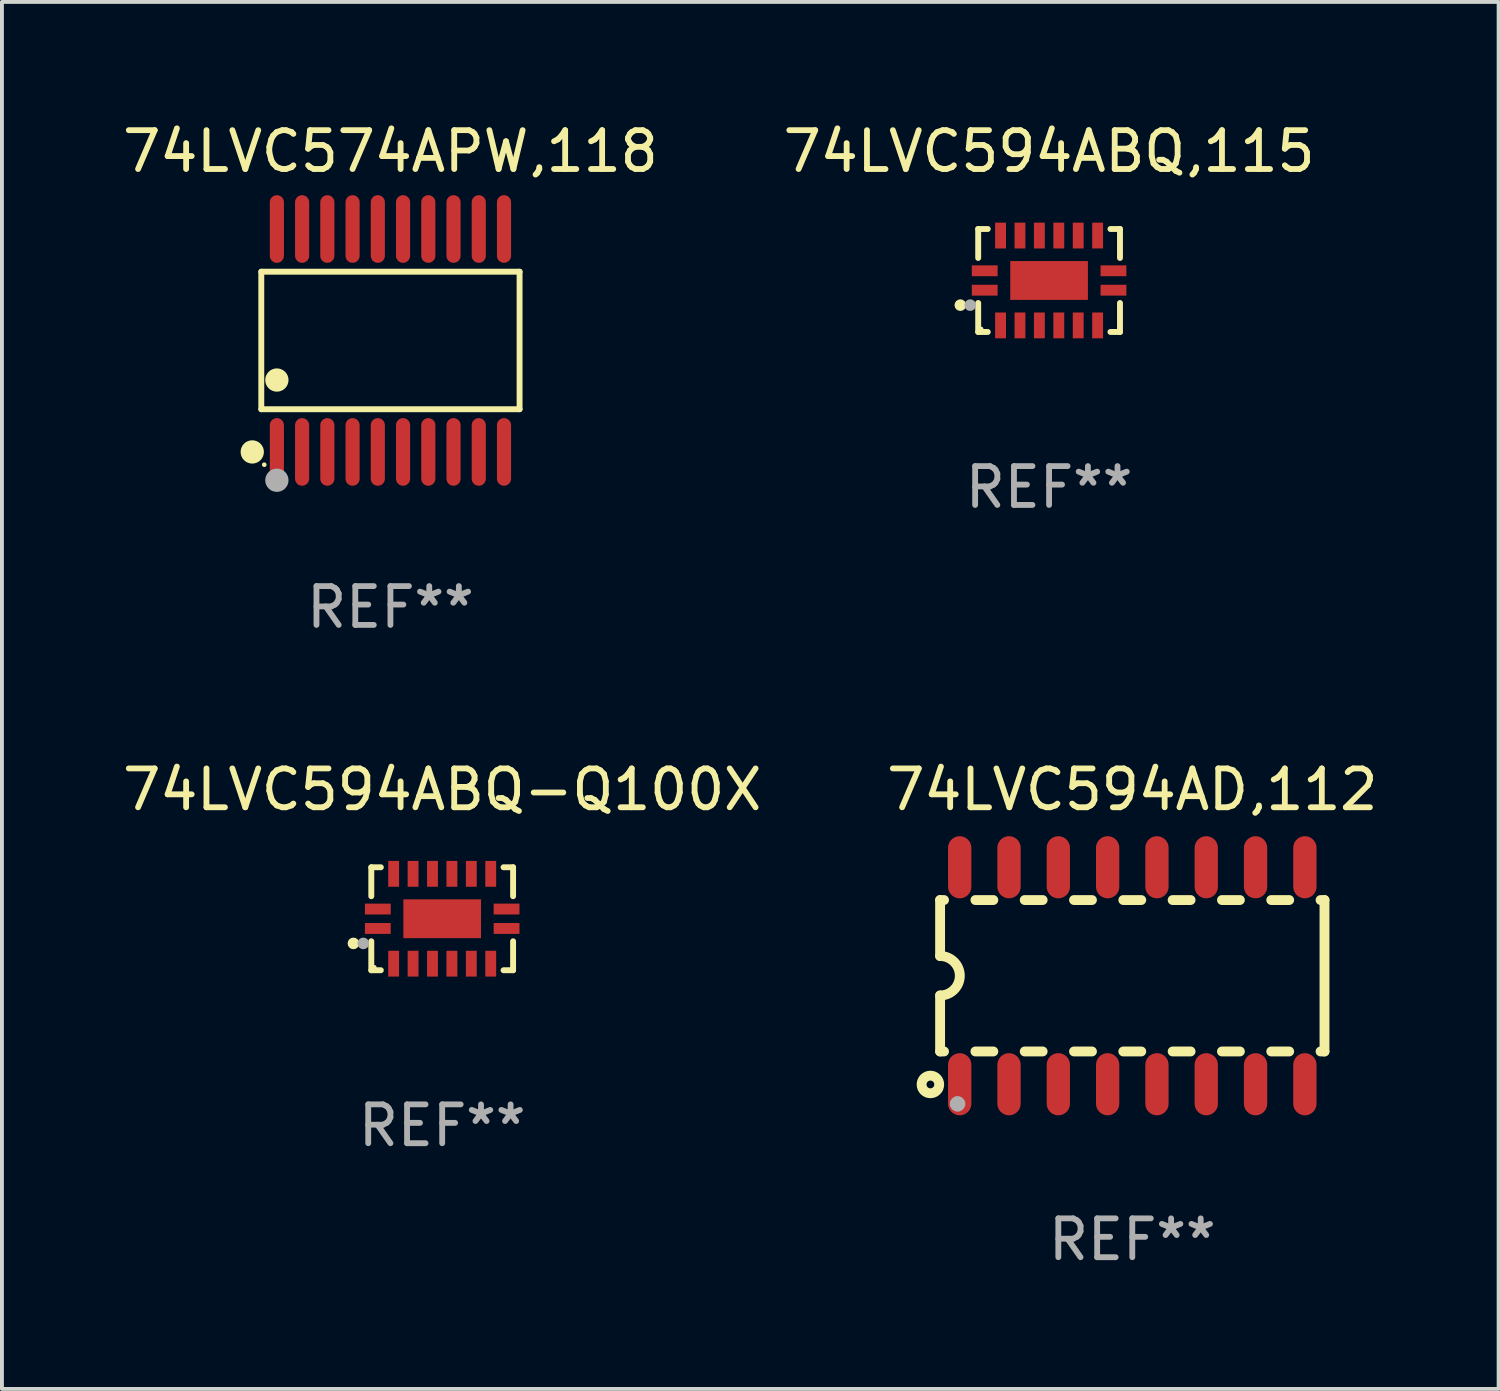
<source format=kicad_pcb>
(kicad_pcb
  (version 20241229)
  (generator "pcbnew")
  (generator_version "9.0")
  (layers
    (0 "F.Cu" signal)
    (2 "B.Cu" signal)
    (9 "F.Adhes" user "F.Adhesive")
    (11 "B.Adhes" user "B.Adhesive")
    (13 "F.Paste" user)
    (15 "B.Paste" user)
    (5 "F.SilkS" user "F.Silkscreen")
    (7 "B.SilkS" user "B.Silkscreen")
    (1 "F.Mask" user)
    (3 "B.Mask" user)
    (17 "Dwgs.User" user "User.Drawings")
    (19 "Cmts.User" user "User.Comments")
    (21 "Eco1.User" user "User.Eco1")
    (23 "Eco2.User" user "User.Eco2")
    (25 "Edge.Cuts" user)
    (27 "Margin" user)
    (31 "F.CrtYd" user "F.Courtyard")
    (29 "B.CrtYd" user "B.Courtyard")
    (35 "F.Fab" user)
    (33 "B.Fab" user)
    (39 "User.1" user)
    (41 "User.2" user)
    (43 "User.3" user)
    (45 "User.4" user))
  (footprint "74LVC594ABQ-Q100X"
    (layer "F.Cu")
    (at 8.339 20.613)
    (property "Reference" "74LVC594ABQ-Q100X" (at 0 -3.326 0) (layer "F.SilkS") (effects (font (size 1 1) (thickness 0.15))))
    (attr through_hole)
    (fp_line (start -1.826 -1.326) (end -1.58 -1.326) (stroke (width 0.152) (type solid)) (layer "F.SilkS"))
    (fp_line (start -1.826 -0.58) (end -1.826 -1.326) (stroke (width 0.152) (type solid)) (layer "F.SilkS"))
    (fp_line (start -1.826 0.58) (end -1.826 1.326) (stroke (width 0.152) (type solid)) (layer "F.SilkS"))
    (fp_line (start -1.826 1.326) (end -1.58 1.326) (stroke (width 0.152) (type solid)) (layer "F.SilkS"))
    (fp_line (start 1.826 -1.326) (end 1.58 -1.326) (stroke (width 0.152) (type solid)) (layer "F.SilkS"))
    (fp_line (start 1.826 -0.58) (end 1.826 -1.326) (stroke (width 0.152) (type solid)) (layer "F.SilkS"))
    (fp_line (start 1.826 0.58) (end 1.826 1.326) (stroke (width 0.152) (type solid)) (layer "F.SilkS"))
    (fp_line (start 1.826 1.326) (end 1.58 1.326) (stroke (width 0.152) (type solid)) (layer "F.SilkS"))
    (fp_circle (center -2.286 0.635) (end -2.211 0.635) (stroke (width 0.15) (type solid)) (fill no) (layer "F.SilkS"))
    (fp_circle (center -1.75 1.25) (end -1.72 1.25) (stroke (width 0.06) (type solid)) (fill no) (layer "F.SilkS"))
    (fp_circle (center -2.032 0.635) (end -1.957 0.635) (stroke (width 0.15) (type solid)) (fill no) (layer "F.Fab"))
    (fp_text user "REF**" (at 0 5.326 0) (layer "F.Fab") (effects (font (size 1 1) (thickness 0.15))))
    (pad "1" smd rect (at -1.658 0.25) (size 0.665 0.28) (layers "F.Cu" "F.Mask" "F.Paste"))
    (pad "2" smd rect (at -1.25 1.157) (size 0.28 0.665) (layers "F.Cu" "F.Mask" "F.Paste"))
    (pad "3" smd rect (at -0.75 1.157) (size 0.28 0.665) (layers "F.Cu" "F.Mask" "F.Paste"))
    (pad "4" smd rect (at -0.25 1.157) (size 0.28 0.665) (layers "F.Cu" "F.Mask" "F.Paste"))
    (pad "5" smd rect (at 0.25 1.157) (size 0.28 0.665) (layers "F.Cu" "F.Mask" "F.Paste"))
    (pad "6" smd rect (at 0.75 1.157) (size 0.28 0.665) (layers "F.Cu" "F.Mask" "F.Paste"))
    (pad "7" smd rect (at 1.25 1.157) (size 0.28 0.665) (layers "F.Cu" "F.Mask" "F.Paste"))
    (pad "8" smd rect (at 1.658 0.25) (size 0.665 0.28) (layers "F.Cu" "F.Mask" "F.Paste"))
    (pad "9" smd rect (at 1.658 -0.25) (size 0.665 0.28) (layers "F.Cu" "F.Mask" "F.Paste"))
    (pad "10" smd rect (at 1.25 -1.157) (size 0.28 0.665) (layers "F.Cu" "F.Mask" "F.Paste"))
    (pad "11" smd rect (at 0.75 -1.157) (size 0.28 0.665) (layers "F.Cu" "F.Mask" "F.Paste"))
    (pad "12" smd rect (at 0.25 -1.157) (size 0.28 0.665) (layers "F.Cu" "F.Mask" "F.Paste"))
    (pad "13" smd rect (at -0.25 -1.157) (size 0.28 0.665) (layers "F.Cu" "F.Mask" "F.Paste"))
    (pad "14" smd rect (at -0.75 -1.157) (size 0.28 0.665) (layers "F.Cu" "F.Mask" "F.Paste"))
    (pad "15" smd rect (at -1.25 -1.157) (size 0.28 0.665) (layers "F.Cu" "F.Mask" "F.Paste"))
    (pad "16" smd rect (at -1.658 -0.25) (size 0.665 0.28) (layers "F.Cu" "F.Mask" "F.Paste"))
    (pad "17" smd rect (at 0 0) (size 2 1) (layers "F.Cu" "F.Mask" "F.Paste")))
  (footprint "74LVC594AD,112"
    (layer "F.Cu")
    (at 26.113 22.081)
    (property "Reference" "74LVC594AD,112" (at 0 -4.794 0) (layer "F.SilkS") (effects (font (size 1 1) (thickness 0.15))))
    (attr through_hole)
    (fp_line (start -4.95 -1.95) (end -4.95 -0.508) (stroke (width 0.254) (type solid)) (layer "F.SilkS"))
    (fp_line (start -4.95 -1.95) (end -4.849 -1.95) (stroke (width 0.254) (type solid)) (layer "F.SilkS"))
    (fp_line (start -4.95 1.95) (end -4.95 0.508) (stroke (width 0.254) (type solid)) (layer "F.SilkS"))
    (fp_line (start -4.95 1.95) (end -4.849 1.95) (stroke (width 0.254) (type solid)) (layer "F.SilkS"))
    (fp_line (start -4.041 -1.95) (end -3.579 -1.95) (stroke (width 0.254) (type solid)) (layer "F.SilkS"))
    (fp_line (start -4.041 1.95) (end -3.579 1.95) (stroke (width 0.254) (type solid)) (layer "F.SilkS"))
    (fp_line (start -2.771 -1.95) (end -2.309 -1.95) (stroke (width 0.254) (type solid)) (layer "F.SilkS"))
    (fp_line (start -2.771 1.95) (end -2.309 1.95) (stroke (width 0.254) (type solid)) (layer "F.SilkS"))
    (fp_line (start -1.501 -1.95) (end -1.039 -1.95) (stroke (width 0.254) (type solid)) (layer "F.SilkS"))
    (fp_line (start -1.501 1.95) (end -1.039 1.95) (stroke (width 0.254) (type solid)) (layer "F.SilkS"))
    (fp_line (start -0.231 -1.95) (end 0.231 -1.95) (stroke (width 0.254) (type solid)) (layer "F.SilkS"))
    (fp_line (start -0.231 1.95) (end 0.231 1.95) (stroke (width 0.254) (type solid)) (layer "F.SilkS"))
    (fp_line (start 1.039 -1.95) (end 1.501 -1.95) (stroke (width 0.254) (type solid)) (layer "F.SilkS"))
    (fp_line (start 1.039 1.95) (end 1.501 1.95) (stroke (width 0.254) (type solid)) (layer "F.SilkS"))
    (fp_line (start 2.309 -1.95) (end 2.771 -1.95) (stroke (width 0.254) (type solid)) (layer "F.SilkS"))
    (fp_line (start 2.309 1.95) (end 2.771 1.95) (stroke (width 0.254) (type solid)) (layer "F.SilkS"))
    (fp_line (start 3.579 -1.95) (end 4.041 -1.95) (stroke (width 0.254) (type solid)) (layer "F.SilkS"))
    (fp_line (start 3.579 1.95) (end 4.041 1.95) (stroke (width 0.254) (type solid)) (layer "F.SilkS"))
    (fp_line (start 4.849 -1.95) (end 4.95 -1.95) (stroke (width 0.254) (type solid)) (layer "F.SilkS"))
    (fp_line (start 4.849 1.95) (end 4.95 1.95) (stroke (width 0.254) (type solid)) (layer "F.SilkS"))
    (fp_line (start 4.95 -1.95) (end 4.95 1.95) (stroke (width 0.254) (type solid)) (layer "F.SilkS"))
    (fp_arc (start -4.95047 -0.508001) (mid -4.442469 -0.000228) (end -4.950013 0.508001) (stroke (width 0.254001) (type solid)) (layer "F.SilkS"))
    (fp_circle (center -5.2 2.8) (end -5.1 2.8) (stroke (width 0.254) (type solid)) (fill no) (layer "F.SilkS"))
    (fp_circle (center -4.95 2.947) (end -4.92 2.947) (stroke (width 0.06) (type solid)) (fill no) (layer "F.SilkS"))
    (fp_circle (center -4.5 3.3) (end -4.4 3.3) (stroke (width 0.2) (type solid)) (fill no) (layer "F.Fab"))
    (fp_text user "REF**" (at 0 6.794 0) (layer "F.Fab") (effects (font (size 1 1) (thickness 0.15))))
    (pad "1" smd oval (at -4.445 2.794) (size 0.6 1.6) (layers "F.Cu" "F.Mask" "F.Paste"))
    (pad "2" smd oval (at -3.175 2.794) (size 0.6 1.6) (layers "F.Cu" "F.Mask" "F.Paste"))
    (pad "3" smd oval (at -1.905 2.794) (size 0.6 1.6) (layers "F.Cu" "F.Mask" "F.Paste"))
    (pad "4" smd oval (at -0.635 2.794) (size 0.6 1.6) (layers "F.Cu" "F.Mask" "F.Paste"))
    (pad "5" smd oval (at 0.635 2.794) (size 0.6 1.6) (layers "F.Cu" "F.Mask" "F.Paste"))
    (pad "6" smd oval (at 1.905 2.794) (size 0.6 1.6) (layers "F.Cu" "F.Mask" "F.Paste"))
    (pad "7" smd oval (at 3.175 2.794) (size 0.6 1.6) (layers "F.Cu" "F.Mask" "F.Paste"))
    (pad "8" smd oval (at 4.445 2.794) (size 0.6 1.6) (layers "F.Cu" "F.Mask" "F.Paste"))
    (pad "9" smd oval (at 4.445 -2.794) (size 0.6 1.6) (layers "F.Cu" "F.Mask" "F.Paste"))
    (pad "10" smd oval (at 3.175 -2.794) (size 0.6 1.6) (layers "F.Cu" "F.Mask" "F.Paste"))
    (pad "11" smd oval (at 1.905 -2.794) (size 0.6 1.6) (layers "F.Cu" "F.Mask" "F.Paste"))
    (pad "12" smd oval (at 0.635 -2.794) (size 0.6 1.6) (layers "F.Cu" "F.Mask" "F.Paste"))
    (pad "13" smd oval (at -0.635 -2.794) (size 0.6 1.6) (layers "F.Cu" "F.Mask" "F.Paste"))
    (pad "14" smd oval (at -1.905 -2.794) (size 0.6 1.6) (layers "F.Cu" "F.Mask" "F.Paste"))
    (pad "15" smd oval (at -3.175 -2.794) (size 0.6 1.6) (layers "F.Cu" "F.Mask" "F.Paste"))
    (pad "16" smd oval (at -4.445 -2.794) (size 0.6 1.6) (layers "F.Cu" "F.Mask" "F.Paste")))
  (footprint "74LVC574APW,118"
    (layer "F.Cu")
    (at 7.006 5.719)
    (property "Reference" "74LVC574APW,118" (at 0 -4.871 0) (layer "F.SilkS") (effects (font (size 1 1) (thickness 0.15))))
    (attr through_hole)
    (fp_line (start -3.326 -1.771) (end 3.326 -1.771) (stroke (width 0.152) (type solid)) (layer "F.SilkS"))
    (fp_line (start -3.326 1.771) (end -3.326 -1.771) (stroke (width 0.152) (type solid)) (layer "F.SilkS"))
    (fp_line (start 3.326 -1.771) (end 3.326 1.771) (stroke (width 0.152) (type solid)) (layer "F.SilkS"))
    (fp_line (start 3.326 1.771) (end -3.326 1.771) (stroke (width 0.152) (type solid)) (layer "F.SilkS"))
    (fp_circle (center -3.559 2.871) (end -3.409 2.871) (stroke (width 0.3) (type solid)) (fill no) (layer "F.SilkS"))
    (fp_circle (center -3.25 3.2) (end -3.22 3.2) (stroke (width 0.06) (type solid)) (fill no) (layer "F.SilkS"))
    (fp_circle (center -2.925 1.019) (end -2.775 1.019) (stroke (width 0.3) (type solid)) (fill no) (layer "F.SilkS"))
    (fp_circle (center -2.925 3.6) (end -2.775 3.6) (stroke (width 0.3) (type solid)) (fill no) (layer "F.Fab"))
    (fp_text user "REF**" (at 0 6.871 0) (layer "F.Fab") (effects (font (size 1 1) (thickness 0.15))))
    (pad "1" smd oval (at -2.925 2.871) (size 0.364 1.742) (layers "F.Cu" "F.Mask" "F.Paste"))
    (pad "2" smd oval (at -2.275 2.871) (size 0.364 1.742) (layers "F.Cu" "F.Mask" "F.Paste"))
    (pad "3" smd oval (at -1.625 2.871) (size 0.364 1.742) (layers "F.Cu" "F.Mask" "F.Paste"))
    (pad "4" smd oval (at -0.975 2.871) (size 0.364 1.742) (layers "F.Cu" "F.Mask" "F.Paste"))
    (pad "5" smd oval (at -0.325 2.871) (size 0.364 1.742) (layers "F.Cu" "F.Mask" "F.Paste"))
    (pad "6" smd oval (at 0.325 2.871) (size 0.364 1.742) (layers "F.Cu" "F.Mask" "F.Paste"))
    (pad "7" smd oval (at 0.975 2.871) (size 0.364 1.742) (layers "F.Cu" "F.Mask" "F.Paste"))
    (pad "8" smd oval (at 1.625 2.871) (size 0.364 1.742) (layers "F.Cu" "F.Mask" "F.Paste"))
    (pad "9" smd oval (at 2.275 2.871) (size 0.364 1.742) (layers "F.Cu" "F.Mask" "F.Paste"))
    (pad "10" smd oval (at 2.925 2.871) (size 0.364 1.742) (layers "F.Cu" "F.Mask" "F.Paste"))
    (pad "11" smd oval (at 2.925 -2.871) (size 0.364 1.742) (layers "F.Cu" "F.Mask" "F.Paste"))
    (pad "12" smd oval (at 2.275 -2.871) (size 0.364 1.742) (layers "F.Cu" "F.Mask" "F.Paste"))
    (pad "13" smd oval (at 1.625 -2.871) (size 0.364 1.742) (layers "F.Cu" "F.Mask" "F.Paste"))
    (pad "14" smd oval (at 0.975 -2.871) (size 0.364 1.742) (layers "F.Cu" "F.Mask" "F.Paste"))
    (pad "15" smd oval (at 0.325 -2.871) (size 0.364 1.742) (layers "F.Cu" "F.Mask" "F.Paste"))
    (pad "16" smd oval (at -0.325 -2.871) (size 0.364 1.742) (layers "F.Cu" "F.Mask" "F.Paste"))
    (pad "17" smd oval (at -0.975 -2.871) (size 0.364 1.742) (layers "F.Cu" "F.Mask" "F.Paste"))
    (pad "18" smd oval (at -1.625 -2.871) (size 0.364 1.742) (layers "F.Cu" "F.Mask" "F.Paste"))
    (pad "19" smd oval (at -2.275 -2.871) (size 0.364 1.742) (layers "F.Cu" "F.Mask" "F.Paste"))
    (pad "20" smd oval (at -2.925 -2.871) (size 0.364 1.742) (layers "F.Cu" "F.Mask" "F.Paste")))
  (footprint "74LVC594ABQ,115"
    (layer "F.Cu")
    (at 23.97 4.174)
    (property "Reference" "74LVC594ABQ,115" (at 0 -3.326 0) (layer "F.SilkS") (effects (font (size 1 1) (thickness 0.15))))
    (attr through_hole)
    (fp_line (start -1.826 -1.326) (end -1.58 -1.326) (stroke (width 0.152) (type solid)) (layer "F.SilkS"))
    (fp_line (start -1.826 -0.58) (end -1.826 -1.326) (stroke (width 0.152) (type solid)) (layer "F.SilkS"))
    (fp_line (start -1.826 0.58) (end -1.826 1.326) (stroke (width 0.152) (type solid)) (layer "F.SilkS"))
    (fp_line (start -1.826 1.326) (end -1.58 1.326) (stroke (width 0.152) (type solid)) (layer "F.SilkS"))
    (fp_line (start 1.826 -1.326) (end 1.58 -1.326) (stroke (width 0.152) (type solid)) (layer "F.SilkS"))
    (fp_line (start 1.826 -0.58) (end 1.826 -1.326) (stroke (width 0.152) (type solid)) (layer "F.SilkS"))
    (fp_line (start 1.826 0.58) (end 1.826 1.326) (stroke (width 0.152) (type solid)) (layer "F.SilkS"))
    (fp_line (start 1.826 1.326) (end 1.58 1.326) (stroke (width 0.152) (type solid)) (layer "F.SilkS"))
    (fp_circle (center -2.286 0.635) (end -2.211 0.635) (stroke (width 0.15) (type solid)) (fill no) (layer "F.SilkS"))
    (fp_circle (center -1.75 1.25) (end -1.72 1.25) (stroke (width 0.06) (type solid)) (fill no) (layer "F.SilkS"))
    (fp_circle (center -2.032 0.635) (end -1.957 0.635) (stroke (width 0.15) (type solid)) (fill no) (layer "F.Fab"))
    (fp_text user "REF**" (at 0 5.326 0) (layer "F.Fab") (effects (font (size 1 1) (thickness 0.15))))
    (pad "1" smd rect (at -1.658 0.25) (size 0.665 0.28) (layers "F.Cu" "F.Mask" "F.Paste"))
    (pad "2" smd rect (at -1.25 1.157) (size 0.28 0.665) (layers "F.Cu" "F.Mask" "F.Paste"))
    (pad "3" smd rect (at -0.75 1.157) (size 0.28 0.665) (layers "F.Cu" "F.Mask" "F.Paste"))
    (pad "4" smd rect (at -0.25 1.157) (size 0.28 0.665) (layers "F.Cu" "F.Mask" "F.Paste"))
    (pad "5" smd rect (at 0.25 1.157) (size 0.28 0.665) (layers "F.Cu" "F.Mask" "F.Paste"))
    (pad "6" smd rect (at 0.75 1.157) (size 0.28 0.665) (layers "F.Cu" "F.Mask" "F.Paste"))
    (pad "7" smd rect (at 1.25 1.157) (size 0.28 0.665) (layers "F.Cu" "F.Mask" "F.Paste"))
    (pad "8" smd rect (at 1.658 0.25) (size 0.665 0.28) (layers "F.Cu" "F.Mask" "F.Paste"))
    (pad "9" smd rect (at 1.658 -0.25) (size 0.665 0.28) (layers "F.Cu" "F.Mask" "F.Paste"))
    (pad "10" smd rect (at 1.25 -1.157) (size 0.28 0.665) (layers "F.Cu" "F.Mask" "F.Paste"))
    (pad "11" smd rect (at 0.75 -1.157) (size 0.28 0.665) (layers "F.Cu" "F.Mask" "F.Paste"))
    (pad "12" smd rect (at 0.25 -1.157) (size 0.28 0.665) (layers "F.Cu" "F.Mask" "F.Paste"))
    (pad "13" smd rect (at -0.25 -1.157) (size 0.28 0.665) (layers "F.Cu" "F.Mask" "F.Paste"))
    (pad "14" smd rect (at -0.75 -1.157) (size 0.28 0.665) (layers "F.Cu" "F.Mask" "F.Paste"))
    (pad "15" smd rect (at -1.25 -1.157) (size 0.28 0.665) (layers "F.Cu" "F.Mask" "F.Paste"))
    (pad "16" smd rect (at -1.658 -0.25) (size 0.665 0.28) (layers "F.Cu" "F.Mask" "F.Paste"))
    (pad "17" smd rect (at 0 0) (size 2 1) (layers "F.Cu" "F.Mask" "F.Paste")))
  (gr_rect
    (start -3 -3)
    (end 35.548 32.723)
    (stroke (width 0.1) (type default))
    (fill no)
    (layer "Edge.Cuts")))
</source>
